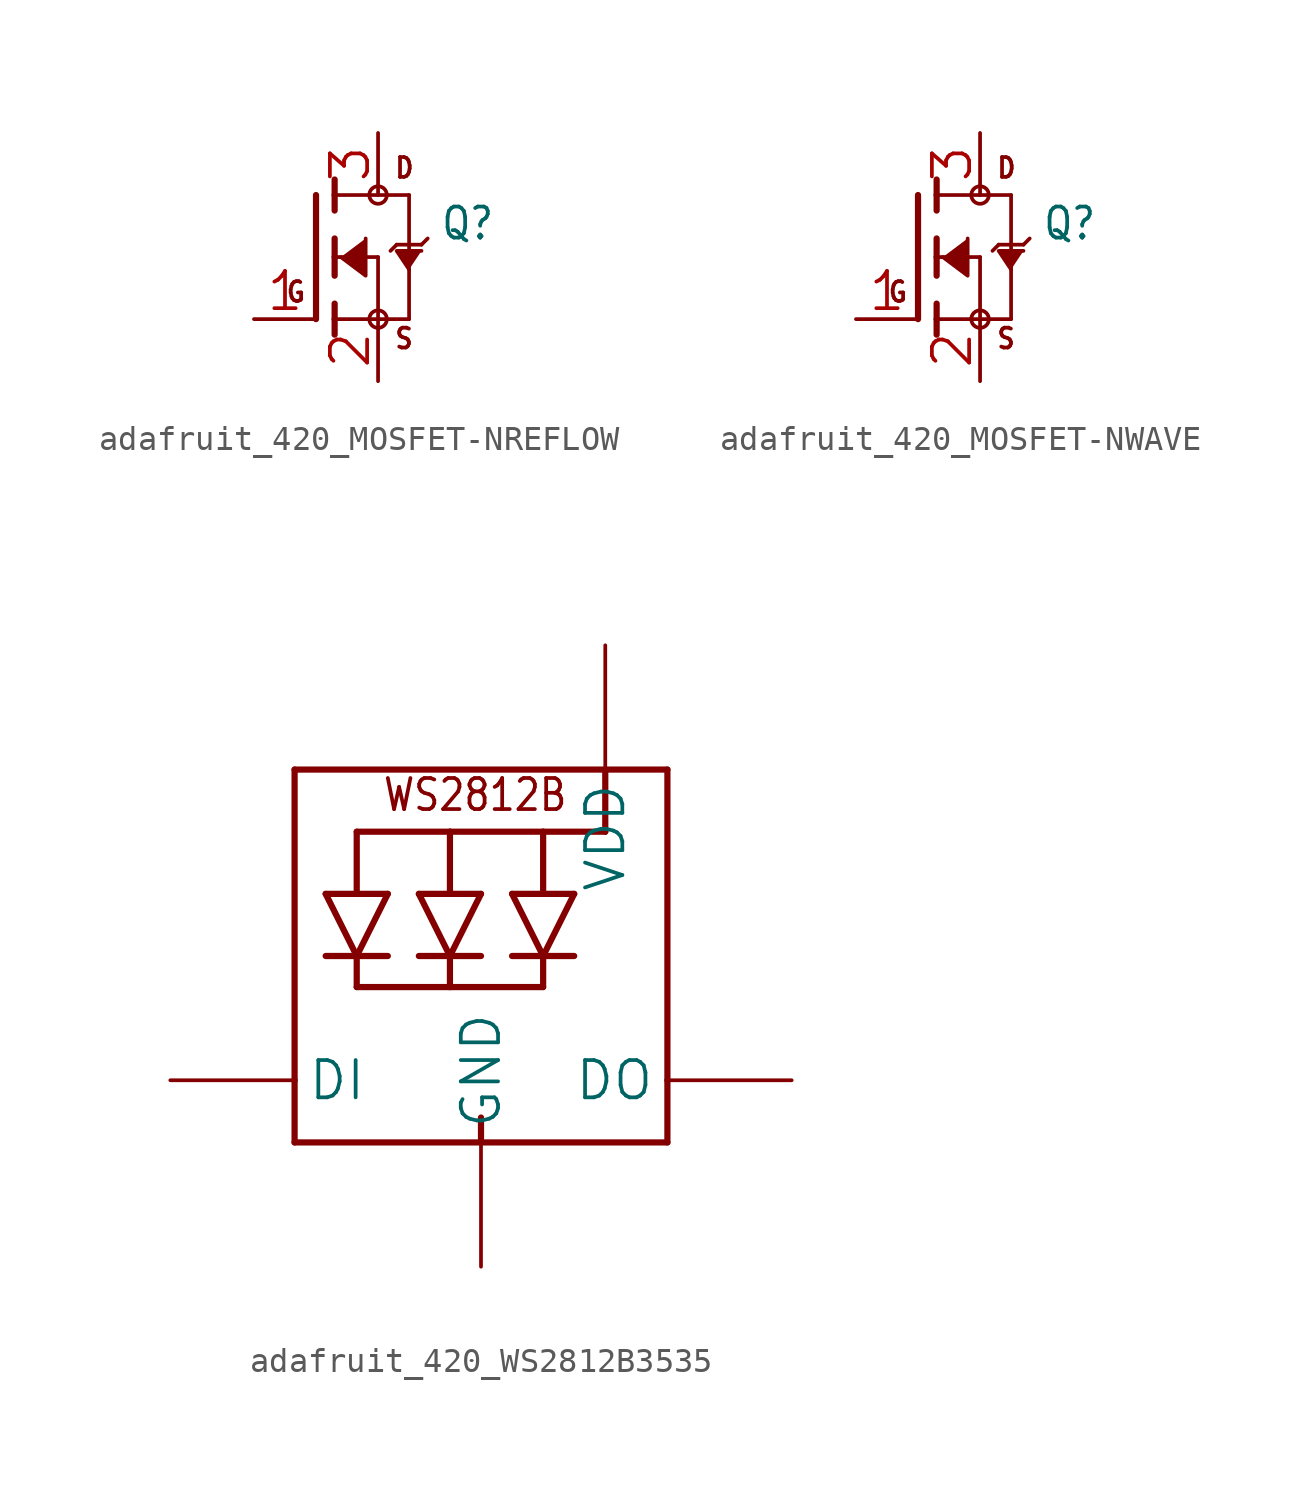
<source format=kicad_sym>
(kicad_symbol_lib
  (version 20241209)
  (generator "kicad_symbol_editor")
  (generator_version "9.0")
  (symbol "adafruit_420_MOSFET-NREFLOW"
    (property "Reference" "Q"
      (at 5.08 0.635 0)
      (effects (font (size 1.27 1.079)) (justify left bottom)))
    (property "Value" ""
      (at 5.08 -1.27 0)
      (effects (font (size 1.27 1.079)) (justify left bottom)))
    (property "ki_locked" ""
      (at 0 0 0)
      (effects (font (size 1.27 1.27))))
    (symbol "adafruit_420_MOSFET-NREFLOW_1_0"
      (polyline (pts (xy 0 2.54) (xy 0 -2.54)) (stroke (width 0.254) (type solid)) (fill (type none)))
      (polyline (pts (xy 0.762 3.175) (xy 0.762 2.54)) (stroke (width 0.254) (type solid)) (fill (type none)))
      (polyline (pts (xy 0.762 2.54) (xy 0.762 1.905)) (stroke (width 0.254) (type solid)) (fill (type none)))
      (polyline (pts (xy 0.762 2.54) (xy 3.81 2.54)) (stroke (width 0.152) (type solid)) (fill (type none)))
      (polyline (pts (xy 0.762 0.762) (xy 0.762 0)) (stroke (width 0.254) (type solid)) (fill (type none)))
      (polyline (pts (xy 0.762 0) (xy 0.762 -0.762)) (stroke (width 0.254) (type solid)) (fill (type none)))
      (polyline (pts (xy 0.762 0) (xy 2.54 0)) (stroke (width 0.152) (type solid)) (fill (type none)))
      (polyline (pts (xy 0.762 -1.905) (xy 0.762 -2.54)) (stroke (width 0.254) (type solid)) (fill (type none)))
      (polyline (pts (xy 0.762 -2.54) (xy 0.762 -3.175)) (stroke (width 0.254) (type solid)) (fill (type none)))
      (polyline (pts (xy 1.016 0) (xy 2.032 -0.762) (xy 2.032 0.762)) (stroke (width 0.152) (type solid)) (fill (type outline)))
      (circle (center 2.54 2.54) (radius 0.359) (stroke (width 0) (type solid)) (fill (type none)))
      (polyline (pts (xy 2.54 0) (xy 2.54 -2.54)) (stroke (width 0.152) (type solid)) (fill (type none)))
      (polyline (pts (xy 2.54 -2.54) (xy 0.762 -2.54)) (stroke (width 0.152) (type solid)) (fill (type none)))
      (polyline (pts (xy 2.54 -2.54) (xy 3.81 -2.54)) (stroke (width 0.152) (type solid)) (fill (type none)))
      (circle (center 2.54 -2.54) (radius 0.359) (stroke (width 0) (type solid)) (fill (type none)))
      (polyline (pts (xy 3.302 0.508) (xy 3.048 0.254)) (stroke (width 0.152) (type solid)) (fill (type none)))
      (polyline (pts (xy 3.81 2.54) (xy 3.81 0.508)) (stroke (width 0.152) (type solid)) (fill (type none)))
      (polyline (pts (xy 3.81 0.508) (xy 3.302 0.508)) (stroke (width 0.152) (type solid)) (fill (type none)))
      (polyline (pts (xy 3.81 0.508) (xy 3.81 -2.54)) (stroke (width 0.152) (type solid)) (fill (type none)))
      (polyline (pts (xy 3.81 -0.508) (xy 3.302 0.254) (xy 4.318 0.254)) (stroke (width 0.152) (type solid)) (fill (type outline)))
      (polyline (pts (xy 4.318 0.508) (xy 3.81 0.508)) (stroke (width 0.152) (type solid)) (fill (type none)))
      (polyline (pts (xy 4.572 0.762) (xy 4.318 0.508)) (stroke (width 0.152) (type solid)) (fill (type none)))
      (text "G" (at -1.27 -1.905 0) (effects (font (size 0.813 0.691)) (justify left bottom)))
      (text "D" (at 3.175 3.175 0) (effects (font (size 0.813 0.691)) (justify left bottom)))
      (text "S" (at 3.175 -3.81 0) (effects (font (size 0.813 0.691)) (justify left bottom)))
      (pin bidirectional line (at -2.54 -2.54 0) (length 2.54) (name "G" (effects (font (size 0 0)))) (number "1" (effects (font (size 1.524 1.524)))))
      (pin bidirectional line (at 2.54 5.08 270) (length 2.54) (name "D" (effects (font (size 0 0)))) (number "3" (effects (font (size 1.524 1.524)))))
      (pin bidirectional line (at 2.54 -5.08 90) (length 2.54) (name "S" (effects (font (size 0 0)))) (number "2" (effects (font (size 1.524 1.524)))))))
  (symbol "adafruit_420_MOSFET-NWAVE"
    (property "Reference" "Q"
      (at 5.08 0.635 0)
      (effects (font (size 1.27 1.079)) (justify left bottom)))
    (property "Value" ""
      (at 5.08 -1.27 0)
      (effects (font (size 1.27 1.079)) (justify left bottom)))
    (property "ki_locked" ""
      (at 0 0 0)
      (effects (font (size 1.27 1.27))))
    (symbol "adafruit_420_MOSFET-NWAVE_1_0"
      (polyline (pts (xy 0 2.54) (xy 0 -2.54)) (stroke (width 0.254) (type solid)) (fill (type none)))
      (polyline (pts (xy 0.762 3.175) (xy 0.762 2.54)) (stroke (width 0.254) (type solid)) (fill (type none)))
      (polyline (pts (xy 0.762 2.54) (xy 0.762 1.905)) (stroke (width 0.254) (type solid)) (fill (type none)))
      (polyline (pts (xy 0.762 2.54) (xy 3.81 2.54)) (stroke (width 0.152) (type solid)) (fill (type none)))
      (polyline (pts (xy 0.762 0.762) (xy 0.762 0)) (stroke (width 0.254) (type solid)) (fill (type none)))
      (polyline (pts (xy 0.762 0) (xy 0.762 -0.762)) (stroke (width 0.254) (type solid)) (fill (type none)))
      (polyline (pts (xy 0.762 0) (xy 2.54 0)) (stroke (width 0.152) (type solid)) (fill (type none)))
      (polyline (pts (xy 0.762 -1.905) (xy 0.762 -2.54)) (stroke (width 0.254) (type solid)) (fill (type none)))
      (polyline (pts (xy 0.762 -2.54) (xy 0.762 -3.175)) (stroke (width 0.254) (type solid)) (fill (type none)))
      (polyline (pts (xy 1.016 0) (xy 2.032 -0.762) (xy 2.032 0.762)) (stroke (width 0.152) (type solid)) (fill (type outline)))
      (circle (center 2.54 2.54) (radius 0.359) (stroke (width 0) (type solid)) (fill (type none)))
      (polyline (pts (xy 2.54 0) (xy 2.54 -2.54)) (stroke (width 0.152) (type solid)) (fill (type none)))
      (polyline (pts (xy 2.54 -2.54) (xy 0.762 -2.54)) (stroke (width 0.152) (type solid)) (fill (type none)))
      (polyline (pts (xy 2.54 -2.54) (xy 3.81 -2.54)) (stroke (width 0.152) (type solid)) (fill (type none)))
      (circle (center 2.54 -2.54) (radius 0.359) (stroke (width 0) (type solid)) (fill (type none)))
      (polyline (pts (xy 3.302 0.508) (xy 3.048 0.254)) (stroke (width 0.152) (type solid)) (fill (type none)))
      (polyline (pts (xy 3.81 2.54) (xy 3.81 0.508)) (stroke (width 0.152) (type solid)) (fill (type none)))
      (polyline (pts (xy 3.81 0.508) (xy 3.302 0.508)) (stroke (width 0.152) (type solid)) (fill (type none)))
      (polyline (pts (xy 3.81 0.508) (xy 3.81 -2.54)) (stroke (width 0.152) (type solid)) (fill (type none)))
      (polyline (pts (xy 3.81 -0.508) (xy 3.302 0.254) (xy 4.318 0.254)) (stroke (width 0.152) (type solid)) (fill (type outline)))
      (polyline (pts (xy 4.318 0.508) (xy 3.81 0.508)) (stroke (width 0.152) (type solid)) (fill (type none)))
      (polyline (pts (xy 4.572 0.762) (xy 4.318 0.508)) (stroke (width 0.152) (type solid)) (fill (type none)))
      (text "G" (at -1.27 -1.905 0) (effects (font (size 0.813 0.691)) (justify left bottom)))
      (text "D" (at 3.175 3.175 0) (effects (font (size 0.813 0.691)) (justify left bottom)))
      (text "S" (at 3.175 -3.81 0) (effects (font (size 0.813 0.691)) (justify left bottom)))
      (pin bidirectional line (at -2.54 -2.54 0) (length 2.54) (name "G" (effects (font (size 0 0)))) (number "1" (effects (font (size 1.524 1.524)))))
      (pin bidirectional line (at 2.54 5.08 270) (length 2.54) (name "D" (effects (font (size 0 0)))) (number "3" (effects (font (size 1.524 1.524)))))
      (pin bidirectional line (at 2.54 -5.08 90) (length 2.54) (name "S" (effects (font (size 0 0)))) (number "2" (effects (font (size 1.524 1.524)))))))
  (symbol "adafruit_420_WS2812B3535"
    (property "Reference" "LED"
      (at 0 0 0)
      (effects (font (size 1.27 1.27)) (hide yes)))
    (property "ki_locked" ""
      (at 0 0 0)
      (effects (font (size 1.27 1.27))))
    (symbol "adafruit_420_WS2812B3535_1_0"
      (polyline (pts (xy -7.62 10.16) (xy -7.62 -2.54)) (stroke (width 0.254) (type solid)) (fill (type none)))
      (polyline (pts (xy -7.62 -2.54) (xy -7.62 -5.08)) (stroke (width 0.254) (type solid)) (fill (type none)))
      (polyline (pts (xy -7.62 -5.08) (xy 0 -5.08)) (stroke (width 0.254) (type solid)) (fill (type none)))
      (polyline (pts (xy -6.35 5.08) (xy -5.08 5.08)) (stroke (width 0.254) (type solid)) (fill (type none)))
      (polyline (pts (xy -6.35 2.54) (xy -5.08 2.54)) (stroke (width 0.254) (type solid)) (fill (type none)))
      (polyline (pts (xy -5.08 7.62) (xy -5.08 5.08)) (stroke (width 0.254) (type solid)) (fill (type none)))
      (polyline (pts (xy -5.08 5.08) (xy -3.81 5.08)) (stroke (width 0.254) (type solid)) (fill (type none)))
      (polyline (pts (xy -5.08 2.54) (xy -6.35 5.08)) (stroke (width 0.254) (type solid)) (fill (type none)))
      (polyline (pts (xy -5.08 2.54) (xy -5.08 1.27)) (stroke (width 0.254) (type solid)) (fill (type none)))
      (polyline (pts (xy -5.08 2.54) (xy -3.81 5.08)) (stroke (width 0.254) (type solid)) (fill (type none)))
      (polyline (pts (xy -3.81 2.54) (xy -5.08 2.54)) (stroke (width 0.254) (type solid)) (fill (type none)))
      (polyline (pts (xy -2.54 5.08) (xy 0 5.08)) (stroke (width 0.254) (type solid)) (fill (type none)))
      (polyline (pts (xy -2.54 2.54) (xy -1.27 2.54)) (stroke (width 0.254) (type solid)) (fill (type none)))
      (polyline (pts (xy -1.27 7.62) (xy -5.08 7.62)) (stroke (width 0.254) (type solid)) (fill (type none)))
      (polyline (pts (xy -1.27 5.08) (xy -1.27 7.62)) (stroke (width 0.254) (type solid)) (fill (type none)))
      (polyline (pts (xy -1.27 2.54) (xy -2.54 5.08)) (stroke (width 0.254) (type solid)) (fill (type none)))
      (polyline (pts (xy -1.27 2.54) (xy -1.27 1.27)) (stroke (width 0.254) (type solid)) (fill (type none)))
      (polyline (pts (xy -1.27 2.54) (xy 0 2.54)) (stroke (width 0.254) (type solid)) (fill (type none)))
      (polyline (pts (xy -1.27 1.27) (xy -5.08 1.27)) (stroke (width 0.254) (type solid)) (fill (type none)))
      (polyline (pts (xy 0 5.08) (xy -1.27 2.54)) (stroke (width 0.254) (type solid)) (fill (type none)))
      (polyline (pts (xy 0 -4.064) (xy 0 -5.08)) (stroke (width 0.254) (type solid)) (fill (type none)))
      (polyline (pts (xy 0 -5.08) (xy 7.62 -5.08)) (stroke (width 0.254) (type solid)) (fill (type none)))
      (polyline (pts (xy 1.27 5.08) (xy 2.54 5.08)) (stroke (width 0.254) (type solid)) (fill (type none)))
      (polyline (pts (xy 1.27 5.08) (xy 2.54 2.54)) (stroke (width 0.254) (type solid)) (fill (type none)))
      (polyline (pts (xy 2.54 7.62) (xy -1.27 7.62)) (stroke (width 0.254) (type solid)) (fill (type none)))
      (polyline (pts (xy 2.54 7.62) (xy 5.08 7.62)) (stroke (width 0.254) (type solid)) (fill (type none)))
      (polyline (pts (xy 2.54 5.08) (xy 2.54 7.62)) (stroke (width 0.254) (type solid)) (fill (type none)))
      (polyline (pts (xy 2.54 2.54) (xy 1.27 2.54)) (stroke (width 0.254) (type solid)) (fill (type none)))
      (polyline (pts (xy 2.54 2.54) (xy 2.54 1.27)) (stroke (width 0.254) (type solid)) (fill (type none)))
      (polyline (pts (xy 2.54 2.54) (xy 3.81 5.08)) (stroke (width 0.254) (type solid)) (fill (type none)))
      (polyline (pts (xy 2.54 2.54) (xy 3.81 2.54)) (stroke (width 0.254) (type solid)) (fill (type none)))
      (polyline (pts (xy 2.54 1.27) (xy -1.27 1.27)) (stroke (width 0.254) (type solid)) (fill (type none)))
      (polyline (pts (xy 3.81 5.08) (xy 2.54 5.08)) (stroke (width 0.254) (type solid)) (fill (type none)))
      (polyline (pts (xy 5.08 10.16) (xy -7.62 10.16)) (stroke (width 0.254) (type solid)) (fill (type none)))
      (polyline (pts (xy 5.08 10.16) (xy 5.08 7.62)) (stroke (width 0.254) (type solid)) (fill (type none)))
      (polyline (pts (xy 7.62 10.16) (xy 5.08 10.16)) (stroke (width 0.254) (type solid)) (fill (type none)))
      (polyline (pts (xy 7.62 -2.54) (xy 7.62 10.16)) (stroke (width 0.254) (type solid)) (fill (type none)))
      (polyline (pts (xy 7.62 -5.08) (xy 7.62 -2.54)) (stroke (width 0.254) (type solid)) (fill (type none)))
      (text "WS2812B" (at -4.064 8.382 0) (effects (font (size 1.27 1.079)) (justify left bottom)))
      (pin input line (at -12.7 -2.54 0) (length 5.08) (name "DI" (effects (font (size 1.524 1.524)))) (number "1" (effects (font (size 0 0)))))
      (pin power_in line (at 0 -10.16 90) (length 5.08) (name "GND" (effects (font (size 1.524 1.524)))) (number "4" (effects (font (size 0 0)))))
      (pin power_in line (at 5.08 15.24 270) (length 5.08) (name "VDD" (effects (font (size 1.524 1.524)))) (number "2" (effects (font (size 0 0)))))
      (pin output line (at 12.7 -2.54 180) (length 5.08) (name "DO" (effects (font (size 1.524 1.524)))) (number "3" (effects (font (size 0 0))))))))
</source>
